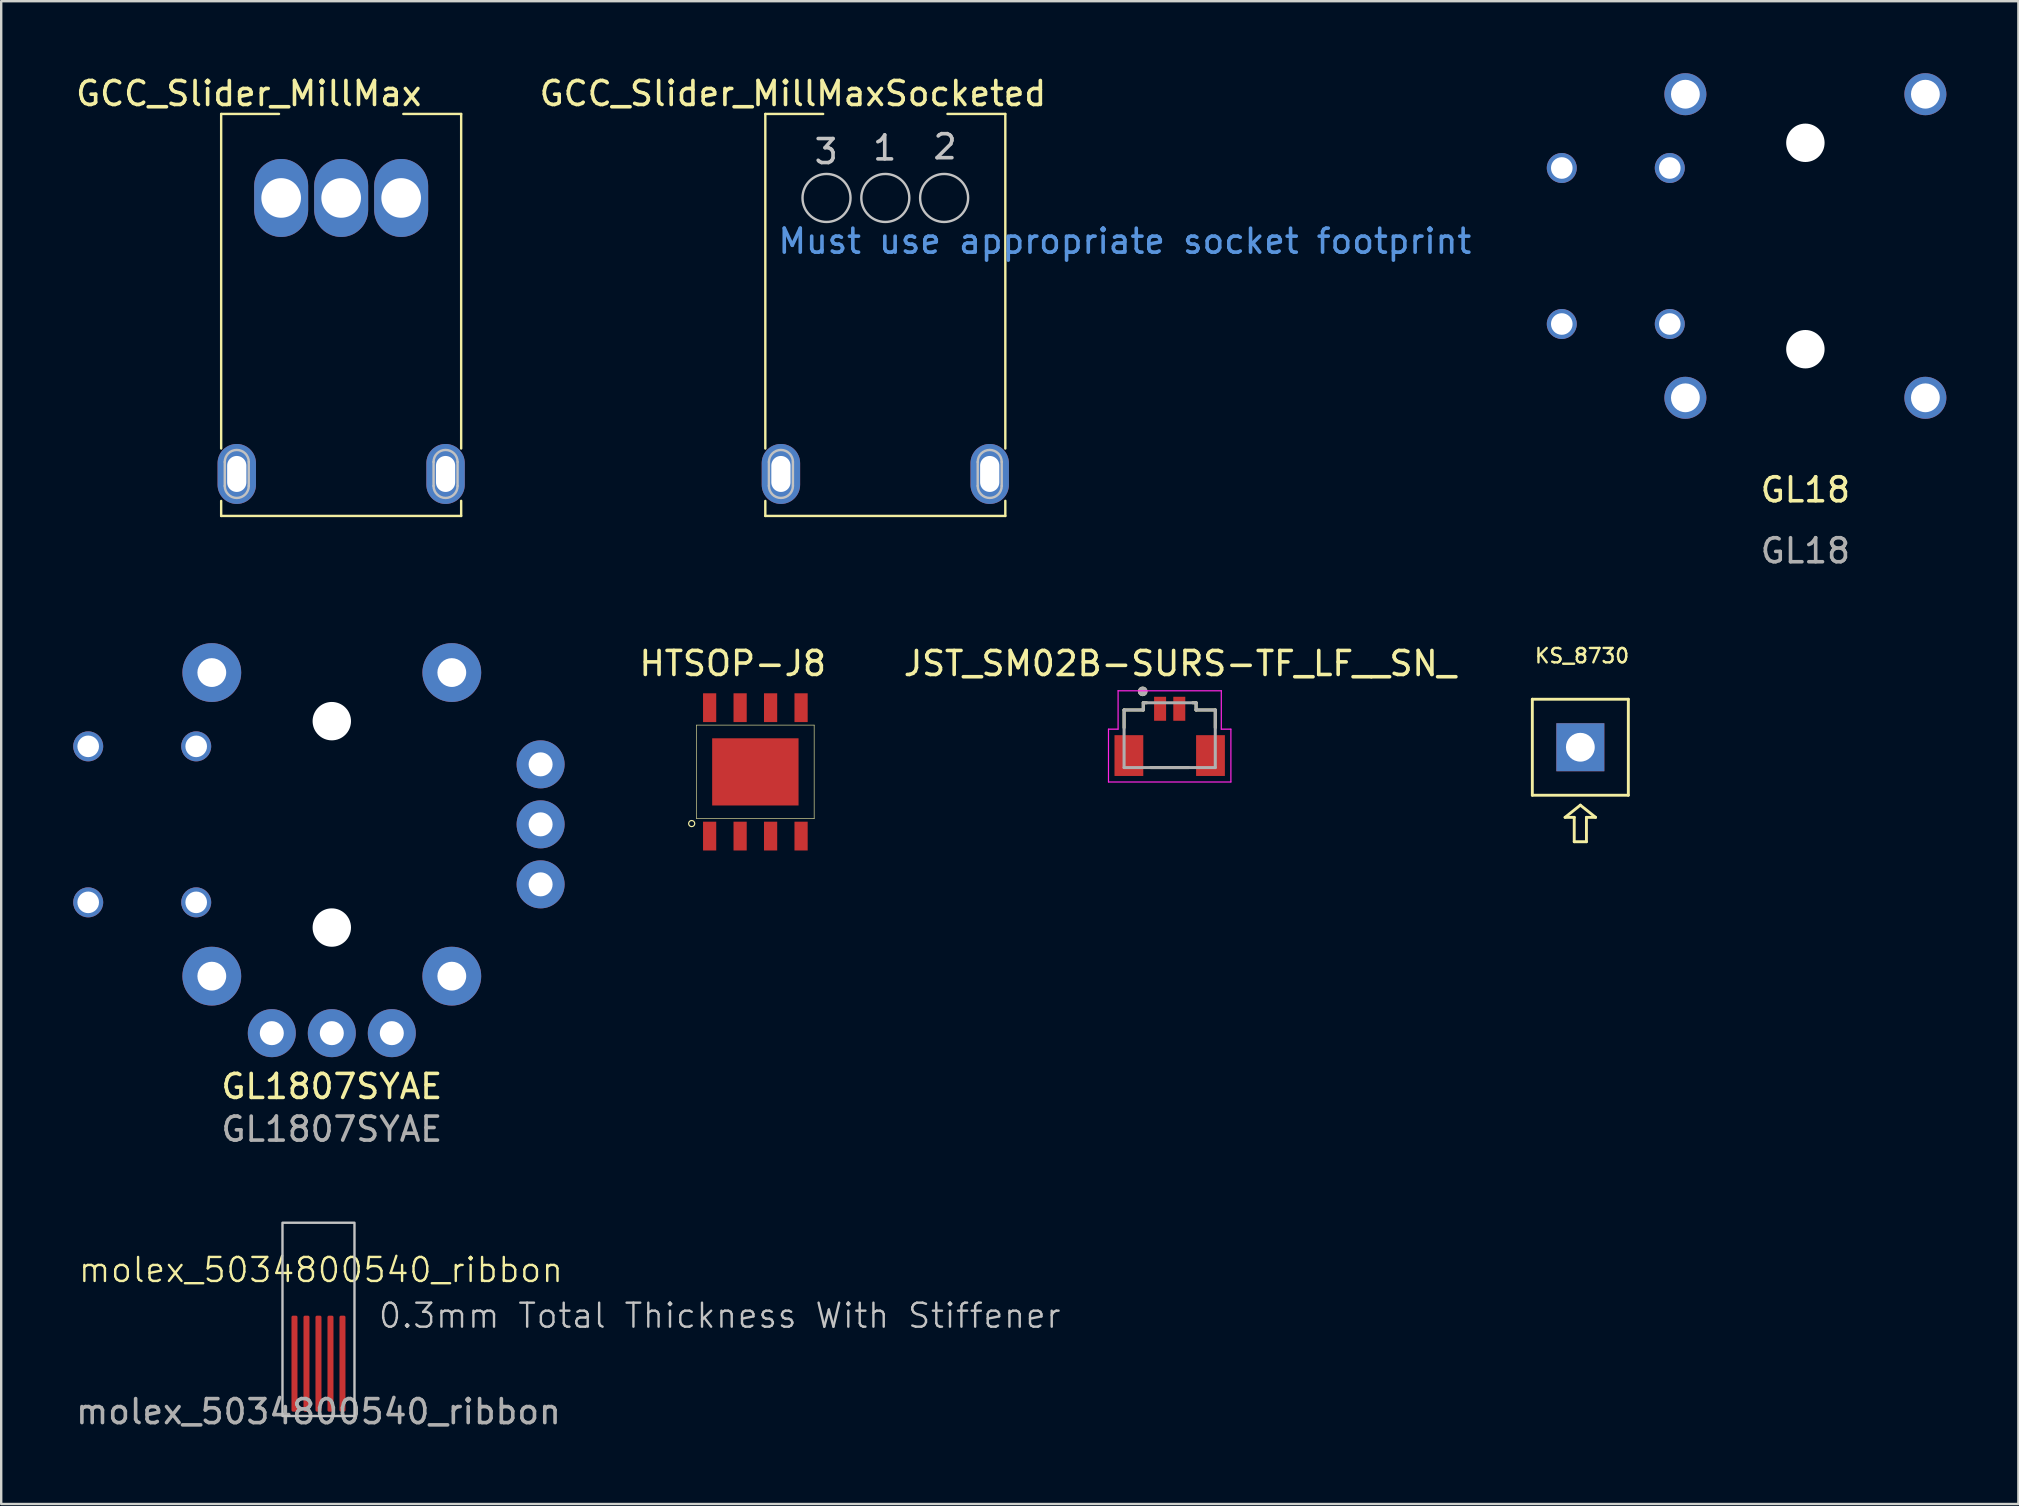
<source format=kicad_pcb>
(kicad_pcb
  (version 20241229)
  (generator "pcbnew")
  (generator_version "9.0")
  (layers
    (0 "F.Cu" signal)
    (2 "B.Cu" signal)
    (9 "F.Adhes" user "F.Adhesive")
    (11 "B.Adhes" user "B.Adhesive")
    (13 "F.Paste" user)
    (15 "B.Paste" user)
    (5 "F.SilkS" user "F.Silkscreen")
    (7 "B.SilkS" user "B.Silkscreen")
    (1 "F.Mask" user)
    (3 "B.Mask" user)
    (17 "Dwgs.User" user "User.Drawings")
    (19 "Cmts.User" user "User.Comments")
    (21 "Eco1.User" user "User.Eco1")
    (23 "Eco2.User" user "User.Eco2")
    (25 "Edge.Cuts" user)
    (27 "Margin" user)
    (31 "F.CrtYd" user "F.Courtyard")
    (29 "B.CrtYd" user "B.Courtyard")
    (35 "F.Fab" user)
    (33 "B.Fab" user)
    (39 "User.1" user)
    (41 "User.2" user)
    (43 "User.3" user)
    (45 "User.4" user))
  (footprint "molex_5034800540_ribbon"
    (layer "F.Cu")
    (at 10.22 53.269)
    (property "Reference" "molex_5034800540_ribbon" (at 0.102 -3.404 0) (unlocked yes) (layer "F.SilkS") (effects (font (size 1 1) (thickness 0.1))))
    (attr smd)
    (fp_poly (pts (xy 1.5 2.68) (xy -1.5 2.68) (xy -1.5 -5.372) (xy 1.5 -5.372)) (stroke (width 0.1) (type solid)) (fill no) (layer "Dwgs.User"))
    (fp_text user "0.3mm Total Thickness With Stiffener" (at 2.438 -0.914 0) (unlocked yes) (layer "Dwgs.User") (effects (font (size 1 1) (thickness 0.1)) (justify left bottom)))
    (fp_text user "${REFERENCE}" (at 0 2.5 0) (unlocked yes) (layer "F.Fab") (effects (font (size 1 1) (thickness 0.15))))
    (pad "1" connect roundrect (at 1 0.5) (size 0.25 4) (layers "F.Cu" "F.Mask") (roundrect_rratio 0.25))
    (pad "2" connect roundrect (at 0.5 0.5) (size 0.25 4) (layers "F.Cu" "F.Mask") (roundrect_rratio 0.25))
    (pad "3" connect roundrect (at 0 0.5) (size 0.25 4) (layers "F.Cu" "F.Mask") (roundrect_rratio 0.25))
    (pad "4" connect roundrect (at -0.5 0.5) (size 0.25 4) (layers "F.Cu" "F.Mask") (roundrect_rratio 0.25))
    (pad "5" connect roundrect (at -1 0.5) (size 0.25 4) (layers "F.Cu" "F.Mask") (roundrect_rratio 0.25)))
  (footprint "GL1807SYAE"
    (layer "F.Cu")
    (at 10.775 31.298)
    (property "Reference" "GL1807SYAE" (at 0 10.922 0) (unlocked yes) (layer "F.SilkS") (effects (font (size 1 1) (thickness 0.15))))
    (attr smd)
    (fp_text user "${REFERENCE}" (at 0 12.7 0) (unlocked yes) (layer "F.Fab") (effects (font (size 1 1) (thickness 0.15))))
    (pad "" thru_hole circle (at -5 -6.325) (size 2.45 2.45) (drill 1.2) (layers "*.Cu" "*.Mask"))
    (pad "" thru_hole circle (at -5 6.325) (size 2.45 2.45) (drill 1.2) (layers "*.Cu" "*.Mask"))
    (pad "" np_thru_hole circle (at 0 -4.3) (size 1.6 1.6) (drill 1.6) (layers "*.Cu" "*.Mask"))
    (pad "" np_thru_hole circle (at 0 4.3) (size 1.6 1.6) (drill 1.6) (layers "*.Cu" "*.Mask"))
    (pad "" thru_hole circle (at 5 -6.325) (size 2.45 2.45) (drill 1.2) (layers "*.Cu" "*.Mask"))
    (pad "" thru_hole circle (at 5 6.325) (size 2.45 2.45) (drill 1.2) (layers "*.Cu" "*.Mask"))
    (pad "S1" thru_hole circle (at -5.65 -3.25) (size 1.25 1.25) (drill 0.9) (layers "*.Cu" "*.Mask"))
    (pad "S2" thru_hole circle (at -5.65 3.25) (size 1.25 1.25) (drill 0.9) (layers "*.Cu" "*.Mask"))
    (pad "S3" thru_hole circle (at -10.15 -3.25) (size 1.25 1.25) (drill 0.9) (layers "*.Cu" "*.Mask"))
    (pad "S4" thru_hole circle (at -10.15 3.25) (size 1.25 1.25) (drill 0.9) (layers "*.Cu" "*.Mask"))
    (pad "X1" thru_hole circle (at -2.5 8.7) (size 2 2) (drill 1) (layers "*.Cu" "*.Mask"))
    (pad "X2" thru_hole circle (at 0 8.7) (size 2 2) (drill 1) (layers "*.Cu" "*.Mask"))
    (pad "X3" thru_hole circle (at 2.5 8.7) (size 2 2) (drill 1) (layers "*.Cu" "*.Mask"))
    (pad "Y1" thru_hole circle (at 8.7 2.5) (size 2 2) (drill 1) (layers "*.Cu" "*.Mask"))
    (pad "Y2" thru_hole circle (at 8.7 0) (size 2 2) (drill 1) (layers "*.Cu" "*.Mask"))
    (pad "Y3" thru_hole circle (at 8.7 -2.5) (size 2 2) (drill 1) (layers "*.Cu" "*.Mask")))
  (footprint "GCC_Slider_MillMax"
    (layer "F.Cu")
    (at 11.165 5.198)
    (property "Reference" "GCC_Slider_MillMax" (at -3.85 -4.35 0) (layer "F.SilkS") (effects (font (size 1 1) (thickness 0.15))))
    (attr through_hole)
    (fp_line (start -5 -3.5) (end -5 10.44) (stroke (width 0.1) (type solid)) (layer "F.SilkS"))
    (fp_line (start -5 -3.5) (end -2.59 -3.5) (stroke (width 0.1) (type solid)) (layer "F.SilkS"))
    (fp_line (start -5 13.25) (end -5 12.625) (stroke (width 0.1) (type solid)) (layer "F.SilkS"))
    (fp_line (start -5 13.25) (end 5 13.25) (stroke (width 0.1) (type solid)) (layer "F.SilkS"))
    (fp_line (start 2.59 -3.5) (end 5 -3.5) (stroke (width 0.1) (type solid)) (layer "F.SilkS"))
    (fp_line (start 5 -3.5) (end 5 10.44) (stroke (width 0.1) (type solid)) (layer "F.SilkS"))
    (fp_line (start 5 13.25) (end 5 12.62) (stroke (width 0.1) (type solid)) (layer "F.SilkS"))
    (fp_line (start -4.85 12) (end -4.85 11) (stroke (width 0.1) (type solid)) (layer "Dwgs.User"))
    (fp_line (start -4.35 12) (end -4.35 11) (stroke (width 0.1) (type solid)) (layer "Dwgs.User"))
    (fp_line (start -3.85 12) (end -3.85 11) (stroke (width 0.1) (type solid)) (layer "Dwgs.User"))
    (fp_line (start 3.85 12) (end 3.85 11) (stroke (width 0.1) (type solid)) (layer "Dwgs.User"))
    (fp_line (start 4.35 12) (end 4.35 11) (stroke (width 0.1) (type solid)) (layer "Dwgs.User"))
    (fp_line (start 4.85 12) (end 4.85 11) (stroke (width 0.1) (type solid)) (layer "Dwgs.User"))
    (fp_arc (start -4.85 11) (mid -4.35 10.5) (end -3.85 11) (stroke (width 0.1) (type solid)) (layer "Dwgs.User"))
    (fp_arc (start -3.85 12) (mid -4.35 12.5) (end -4.85 12) (stroke (width 0.1) (type solid)) (layer "Dwgs.User"))
    (fp_arc (start 3.85 11) (mid 4.35 10.5) (end 4.85 11) (stroke (width 0.1) (type solid)) (layer "Dwgs.User"))
    (fp_arc (start 4.85 12) (mid 4.35 12.5) (end 3.85 12) (stroke (width 0.1) (type solid)) (layer "Dwgs.User"))
    (fp_circle (center -2.45 0) (end -2.05 0) (stroke (width 0.1) (type solid)) (fill no) (layer "Dwgs.User"))
    (fp_circle (center 0 0) (end 0.4 0) (stroke (width 0.1) (type solid)) (fill no) (layer "Dwgs.User"))
    (fp_circle (center 2.45 0) (end 2.85 0) (stroke (width 0.1) (type solid)) (fill no) (layer "Dwgs.User"))
    (pad "1" thru_hole oval (at 0 0 180) (size 2.25 3.25) (drill 1.651) (layers "*.Cu" "*.Mask"))
    (pad "2" thru_hole oval (at 2.5 0 180) (size 2.25 3.25) (drill 1.651) (layers "*.Cu" "*.Mask"))
    (pad "3" thru_hole oval (at -2.5 0 180) (size 2.25 3.25) (drill 1.651) (layers "*.Cu" "*.Mask"))
    (pad "MP" thru_hole oval (at -4.35 11.5 180) (size 1.6 2.5) (drill oval 0.8 1.5) (property pad_prop_heatsink) (layers "*.Cu" "*.Mask"))
    (pad "MP" thru_hole oval (at 4.35 11.5 180) (size 1.6 2.5) (drill oval 0.8 1.5) (property pad_prop_heatsink) (layers "*.Cu" "*.Mask")))
  (footprint "GL18"
    (layer "F.Cu")
    (at 72.174 7.2)
    (property "Reference" "GL18" (at 0 10.16 0) (unlocked yes) (layer "F.SilkS") (effects (font (size 1 1) (thickness 0.15))))
    (attr smd)
    (fp_text user "${REFERENCE}" (at 0 12.7 0) (unlocked yes) (layer "F.Fab") (effects (font (size 1 1) (thickness 0.15))))
    (pad "" thru_hole circle (at -5 -6.325) (size 1.75 1.75) (drill 1.2) (layers "*.Cu" "*.Mask"))
    (pad "" thru_hole circle (at -5 6.325) (size 1.75 1.75) (drill 1.2) (layers "*.Cu" "*.Mask"))
    (pad "" np_thru_hole circle (at 0 -4.3) (size 1.6 1.6) (drill 1.6) (layers "*.Cu" "*.Mask"))
    (pad "" np_thru_hole circle (at 0 4.3) (size 1.6 1.6) (drill 1.6) (layers "*.Cu" "*.Mask"))
    (pad "" thru_hole circle (at 5 -6.325) (size 1.75 1.75) (drill 1.2) (layers "*.Cu" "*.Mask"))
    (pad "" thru_hole circle (at 5 6.325) (size 1.75 1.75) (drill 1.2) (layers "*.Cu" "*.Mask"))
    (pad "S1" thru_hole circle (at -5.65 -3.25) (size 1.25 1.25) (drill 0.9) (layers "*.Cu" "*.Mask"))
    (pad "S2" thru_hole circle (at -5.65 3.25) (size 1.25 1.25) (drill 0.9) (layers "*.Cu" "*.Mask"))
    (pad "S3" thru_hole circle (at -10.15 -3.25) (size 1.25 1.25) (drill 0.9) (layers "*.Cu" "*.Mask"))
    (pad "S4" thru_hole circle (at -10.15 3.25) (size 1.25 1.25) (drill 0.9) (layers "*.Cu" "*.Mask")))
  (footprint "KS_8730"
    (layer "F.Cu")
    (at 62.797 28.085)
    (property "Reference" "KS_8730" (at 0.07 -3.81 0) (unlocked yes) (layer "F.SilkS") (effects (font (size 0.6 0.6) (thickness 0.1))))
    (attr smd exclude_from_bom)
    (fp_line (start -2 -2) (end 2 -2) (stroke (width 0.12) (type solid)) (layer "F.SilkS"))
    (fp_line (start -2 2) (end -2 -2) (stroke (width 0.12) (type solid)) (layer "F.SilkS"))
    (fp_line (start -0.635 2.921) (end -0.254 2.921) (stroke (width 0.12) (type solid)) (layer "F.SilkS"))
    (fp_line (start -0.254 3.937) (end -0.254 2.921) (stroke (width 0.12) (type solid)) (layer "F.SilkS"))
    (fp_line (start -0.254 3.937) (end 0.254 3.937) (stroke (width 0.12) (type solid)) (layer "F.SilkS"))
    (fp_line (start 0 2.413) (end -0.635 2.921) (stroke (width 0.12) (type solid)) (layer "F.SilkS"))
    (fp_line (start 0.254 2.921) (end 0.635 2.921) (stroke (width 0.12) (type solid)) (layer "F.SilkS"))
    (fp_line (start 0.254 3.937) (end 0.254 2.921) (stroke (width 0.12) (type solid)) (layer "F.SilkS"))
    (fp_line (start 0.635 2.921) (end 0 2.413) (stroke (width 0.12) (type solid)) (layer "F.SilkS"))
    (fp_line (start 2 -2) (end 2 2) (stroke (width 0.12) (type solid)) (layer "F.SilkS"))
    (fp_line (start 2 2) (end -2 2) (stroke (width 0.12) (type solid)) (layer "F.SilkS"))
    (pad "1" thru_hole rect (at 0 0) (size 2 2) (drill 1.2) (layers "*.Cu" "*.Mask")))
  (footprint "GCC_Slider_MillMaxSocketed"
    (layer "F.Cu")
    (at 33.838 5.198)
    (property "Reference" "GCC_Slider_MillMaxSocketed" (at -3.85 -4.35 0) (layer "F.SilkS") (effects (font (size 1 1) (thickness 0.15))))
    (attr through_hole)
    (fp_line (start -5 -3.5) (end -5 10.44) (stroke (width 0.1) (type solid)) (layer "F.SilkS"))
    (fp_line (start -5 -3.5) (end -2.59 -3.5) (stroke (width 0.1) (type solid)) (layer "F.SilkS"))
    (fp_line (start -5 13.25) (end -5 12.625) (stroke (width 0.1) (type solid)) (layer "F.SilkS"))
    (fp_line (start -5 13.25) (end 5 13.25) (stroke (width 0.1) (type solid)) (layer "F.SilkS"))
    (fp_line (start 2.59 -3.5) (end 5 -3.5) (stroke (width 0.1) (type solid)) (layer "F.SilkS"))
    (fp_line (start 5 -3.5) (end 5 10.44) (stroke (width 0.1) (type solid)) (layer "F.SilkS"))
    (fp_line (start 5 13.25) (end 5 12.62) (stroke (width 0.1) (type solid)) (layer "F.SilkS"))
    (fp_line (start -4.85 12) (end -4.85 11) (stroke (width 0.1) (type solid)) (layer "Dwgs.User"))
    (fp_line (start -4.35 12) (end -4.35 11) (stroke (width 0.1) (type solid)) (layer "Dwgs.User"))
    (fp_line (start -3.85 12) (end -3.85 11) (stroke (width 0.1) (type solid)) (layer "Dwgs.User"))
    (fp_line (start 3.85 12) (end 3.85 11) (stroke (width 0.1) (type solid)) (layer "Dwgs.User"))
    (fp_line (start 4.35 12) (end 4.35 11) (stroke (width 0.1) (type solid)) (layer "Dwgs.User"))
    (fp_line (start 4.85 12) (end 4.85 11) (stroke (width 0.1) (type solid)) (layer "Dwgs.User"))
    (fp_arc (start -4.85 11) (mid -4.35 10.5) (end -3.85 11) (stroke (width 0.1) (type solid)) (layer "Dwgs.User"))
    (fp_arc (start -3.85 12) (mid -4.35 12.5) (end -4.85 12) (stroke (width 0.1) (type solid)) (layer "Dwgs.User"))
    (fp_arc (start 3.85 11) (mid 4.35 10.5) (end 4.85 11) (stroke (width 0.1) (type solid)) (layer "Dwgs.User"))
    (fp_arc (start 4.85 12) (mid 4.35 12.5) (end 3.85 12) (stroke (width 0.1) (type solid)) (layer "Dwgs.User"))
    (fp_circle (center -2.45 0) (end -1.45 0) (stroke (width 0.1) (type default)) (fill no) (layer "Dwgs.User"))
    (fp_circle (center 0 0) (end 1 0) (stroke (width 0.1) (type default)) (fill no) (layer "Dwgs.User"))
    (fp_circle (center 2.45 0) (end 3.45 0) (stroke (width 0.1) (type default)) (fill no) (layer "Dwgs.User"))
    (fp_text user "1" (at -0.025 -2.083 0) (unlocked yes) (layer "Dwgs.User") (effects (font (size 1 1) (thickness 0.15))))
    (fp_text user "3" (at -2.464 -1.93 0) (unlocked yes) (layer "Dwgs.User") (effects (font (size 1 1) (thickness 0.15))))
    (fp_text user "2" (at 2.489 -2.134 0) (unlocked yes) (layer "Dwgs.User") (effects (font (size 1 1) (thickness 0.15))))
    (fp_text user "Must use appropriate socket footprint" (at -4.547 2.388 0) (unlocked yes) (layer "Cmts.User") (effects (font (size 1 1) (thickness 0.15)) (justify left bottom)))
    (pad "MP" thru_hole oval (at -4.35 11.5 180) (size 1.6 2.5) (drill oval 0.8 1.5) (property pad_prop_heatsink) (layers "*.Cu" "*.Mask"))
    (pad "MP" thru_hole oval (at 4.35 11.5 180) (size 1.6 2.5) (drill oval 0.8 1.5) (property pad_prop_heatsink) (layers "*.Cu" "*.Mask")))
  (footprint "JST_SM02B-SURS-TF_LF__SN_"
    (layer "F.Cu")
    (at 45.687 26.482)
    (property "Reference" "JST_SM02B-SURS-TF_LF__SN_" (at 0.425 -1.885 0) (layer "F.SilkS") (effects (font (size 1 1) (thickness 0.15))))
    (attr smd)
    (fp_line (start -1.9 0.05) (end -1.9 0.787) (stroke (width 0.127) (type solid)) (layer "F.SilkS"))
    (fp_line (start -1.9 0.05) (end -1.1 0.05) (stroke (width 0.127) (type solid)) (layer "F.SilkS"))
    (fp_line (start -1.1 -0.25) (end -0.963 -0.25) (stroke (width 0.127) (type solid)) (layer "F.SilkS"))
    (fp_line (start -1.1 0.05) (end -1.1 -0.25) (stroke (width 0.127) (type solid)) (layer "F.SilkS"))
    (fp_line (start -0.786 2.45) (end 0.786 2.45) (stroke (width 0.127) (type solid)) (layer "F.SilkS"))
    (fp_line (start 1.1 -0.25) (end 0.963 -0.25) (stroke (width 0.127) (type solid)) (layer "F.SilkS"))
    (fp_line (start 1.1 -0.25) (end 1.1 0.05) (stroke (width 0.127) (type solid)) (layer "F.SilkS"))
    (fp_line (start 1.1 0.05) (end 1.9 0.05) (stroke (width 0.127) (type solid)) (layer "F.SilkS"))
    (fp_line (start 1.9 0.05) (end 1.9 0.787) (stroke (width 0.127) (type solid)) (layer "F.SilkS"))
    (fp_circle (center -1.125 -0.725) (end -1.025 -0.725) (stroke (width 0.2) (type solid)) (fill no) (layer "F.SilkS"))
    (fp_line (start -2.55 0.85) (end -2.55 3.05) (stroke (width 0.05) (type solid)) (layer "F.CrtYd"))
    (fp_line (start -2.55 3.05) (end 2.55 3.05) (stroke (width 0.05) (type solid)) (layer "F.CrtYd"))
    (fp_line (start -2.15 -0.75) (end -2.15 0.85) (stroke (width 0.05) (type solid)) (layer "F.CrtYd"))
    (fp_line (start -2.15 0.85) (end -2.55 0.85) (stroke (width 0.05) (type solid)) (layer "F.CrtYd"))
    (fp_line (start 2.15 -0.75) (end -2.15 -0.75) (stroke (width 0.05) (type solid)) (layer "F.CrtYd"))
    (fp_line (start 2.15 0.85) (end 2.15 -0.75) (stroke (width 0.05) (type solid)) (layer "F.CrtYd"))
    (fp_line (start 2.55 0.85) (end 2.15 0.85) (stroke (width 0.05) (type solid)) (layer "F.CrtYd"))
    (fp_line (start 2.55 3.05) (end 2.55 0.85) (stroke (width 0.05) (type solid)) (layer "F.CrtYd"))
    (fp_line (start -1.9 0.05) (end -1.9 2.45) (stroke (width 0.127) (type solid)) (layer "F.Fab"))
    (fp_line (start -1.9 0.05) (end -1.1 0.05) (stroke (width 0.127) (type solid)) (layer "F.Fab"))
    (fp_line (start -1.9 2.45) (end 1.9 2.45) (stroke (width 0.127) (type solid)) (layer "F.Fab"))
    (fp_line (start -1.1 -0.25) (end 1.1 -0.25) (stroke (width 0.127) (type solid)) (layer "F.Fab"))
    (fp_line (start -1.1 0.05) (end -1.1 -0.25) (stroke (width 0.127) (type solid)) (layer "F.Fab"))
    (fp_line (start 1.1 -0.25) (end 1.1 0.05) (stroke (width 0.127) (type solid)) (layer "F.Fab"))
    (fp_line (start 1.1 0.05) (end 1.9 0.05) (stroke (width 0.127) (type solid)) (layer "F.Fab"))
    (fp_line (start 1.9 2.45) (end 1.9 0.05) (stroke (width 0.127) (type solid)) (layer "F.Fab"))
    (fp_circle (center -1.125 -0.725) (end -1.025 -0.725) (stroke (width 0.2) (type solid)) (fill no) (layer "F.Fab"))
    (pad "1" smd rect (at -0.4 0) (size 0.5 1) (layers "F.Cu" "F.Mask" "F.Paste"))
    (pad "2" smd rect (at 0.4 0) (size 0.5 1) (layers "F.Cu" "F.Mask" "F.Paste"))
    (pad "S1" smd rect (at -1.7 1.95) (size 1.2 1.7) (layers "F.Cu" "F.Mask" "F.Paste"))
    (pad "S2" smd rect (at 1.7 1.95) (size 1.2 1.7) (layers "F.Cu" "F.Mask" "F.Paste")))
  (footprint "HTSOP-J8"
    (layer "F.Cu")
    (at 25.973 31.062)
    (property "Reference" "HTSOP-J8" (at 1.508 -6.466 0) (layer "F.SilkS") (effects (font (size 1 1) (thickness 0.15))))
    (attr smd)
    (fp_line (start 0 -3.9) (end 0 0) (stroke (width 0.025) (type solid)) (layer "F.SilkS"))
    (fp_line (start 0 0) (end 4.9 0) (stroke (width 0.025) (type solid)) (layer "F.SilkS"))
    (fp_line (start 4.9 -3.9) (end 0 -3.9) (stroke (width 0.025) (type solid)) (layer "F.SilkS"))
    (fp_line (start 4.9 0) (end 4.9 -3.9) (stroke (width 0.025) (type solid)) (layer "F.SilkS"))
    (fp_circle (center -0.203 0.203) (end -0.113 0.113) (stroke (width 0.05) (type solid)) (fill no) (layer "F.SilkS"))
    (pad "1" smd rect (at 0.545 0.725) (size 0.55 1.2) (layers "F.Cu" "F.Mask" "F.Paste"))
    (pad "2" smd rect (at 1.815 0.725) (size 0.55 1.2) (layers "F.Cu" "F.Mask" "F.Paste"))
    (pad "3" smd rect (at 3.085 0.725) (size 0.55 1.2) (layers "F.Cu" "F.Mask" "F.Paste"))
    (pad "4" smd rect (at 4.355 0.725) (size 0.55 1.2) (layers "F.Cu" "F.Mask" "F.Paste"))
    (pad "5" smd rect (at 4.355 -4.625) (size 0.55 1.2) (layers "F.Cu" "F.Mask" "F.Paste"))
    (pad "6" smd rect (at 3.085 -4.625) (size 0.55 1.2) (layers "F.Cu" "F.Mask" "F.Paste"))
    (pad "7" smd rect (at 1.815 -4.625) (size 0.55 1.2) (layers "F.Cu" "F.Mask" "F.Paste"))
    (pad "8" smd rect (at 0.545 -4.625) (size 0.55 1.2) (layers "F.Cu" "F.Mask" "F.Paste"))
    (pad "9" smd rect (at 2.45 -1.95) (size 3.6 2.8) (layers "F.Cu" "F.Mask" "F.Paste")))
  (gr_rect
    (start -3 -3)
    (end 81.049 59.617)
    (stroke (width 0.1) (type default))
    (fill no)
    (layer "Edge.Cuts")))
</source>
